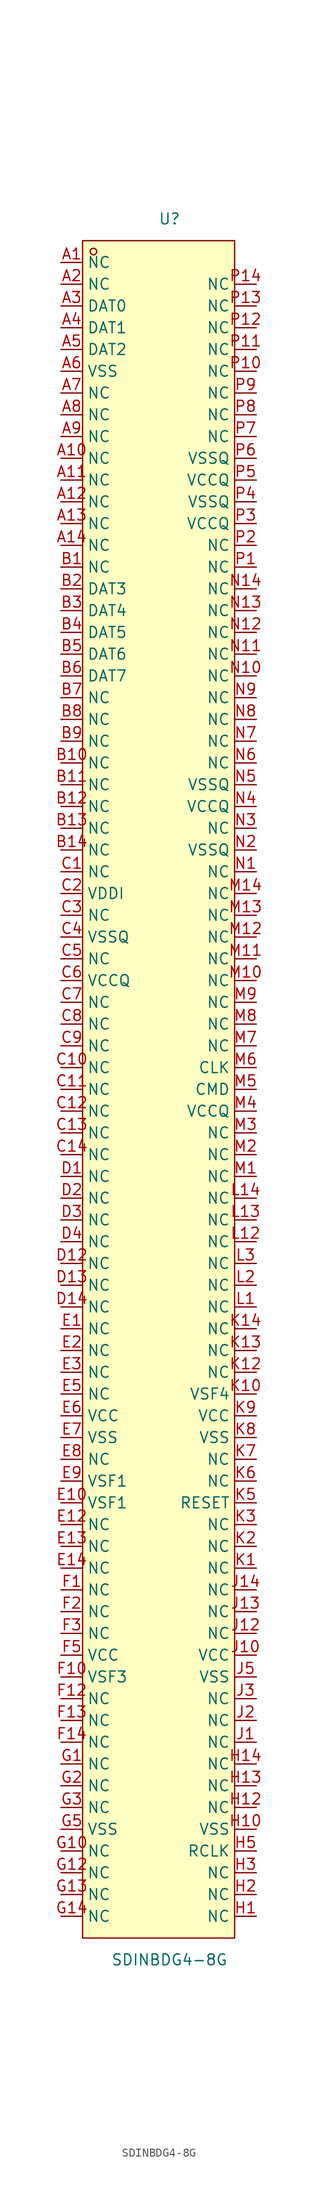
<source format=kicad_sym>
(kicad_symbol_lib
  (version 20241209)
  (generator "kicad_symbol_editor")
  (generator_version "9.0")
  (symbol "SDINBDG4-8G"
    (property "Reference" "U"
      (at 0 101.6 0)
      (effects (font (size 1.27 1.27))))
    (property "Value" "SDINBDG4-8G"
      (at 0 -101.6 0)
      (effects (font (size 1.27 1.27))))
    (symbol "SDINBDG4-8G_0_1"
      (rectangle (start -10.16 99.06) (end 7.62 -99.06) (stroke (width 0) (type default)) (fill (type background)))
      (circle (center -8.89 97.79) (radius 0.38) (stroke (width 0) (type default)) (fill (type none)))
      (pin unspecified line (at -12.7 96.52 0) (length 2.54) (name "NC" (effects (font (size 1.27 1.27)))) (number "A1" (effects (font (size 1.27 1.27)))))
      (pin unspecified line (at -12.7 93.98 0) (length 2.54) (name "NC" (effects (font (size 1.27 1.27)))) (number "A2" (effects (font (size 1.27 1.27)))))
      (pin unspecified line (at -12.7 91.44 0) (length 2.54) (name "DAT0" (effects (font (size 1.27 1.27)))) (number "A3" (effects (font (size 1.27 1.27)))))
      (pin unspecified line (at -12.7 88.9 0) (length 2.54) (name "DAT1" (effects (font (size 1.27 1.27)))) (number "A4" (effects (font (size 1.27 1.27)))))
      (pin unspecified line (at -12.7 86.36 0) (length 2.54) (name "DAT2" (effects (font (size 1.27 1.27)))) (number "A5" (effects (font (size 1.27 1.27)))))
      (pin unspecified line (at -12.7 83.82 0) (length 2.54) (name "VSS" (effects (font (size 1.27 1.27)))) (number "A6" (effects (font (size 1.27 1.27)))))
      (pin unspecified line (at -12.7 81.28 0) (length 2.54) (name "NC" (effects (font (size 1.27 1.27)))) (number "A7" (effects (font (size 1.27 1.27)))))
      (pin unspecified line (at -12.7 78.74 0) (length 2.54) (name "NC" (effects (font (size 1.27 1.27)))) (number "A8" (effects (font (size 1.27 1.27)))))
      (pin unspecified line (at -12.7 76.2 0) (length 2.54) (name "NC" (effects (font (size 1.27 1.27)))) (number "A9" (effects (font (size 1.27 1.27)))))
      (pin unspecified line (at -12.7 73.66 0) (length 2.54) (name "NC" (effects (font (size 1.27 1.27)))) (number "A10" (effects (font (size 1.27 1.27)))))
      (pin unspecified line (at -12.7 71.12 0) (length 2.54) (name "NC" (effects (font (size 1.27 1.27)))) (number "A11" (effects (font (size 1.27 1.27)))))
      (pin unspecified line (at -12.7 68.58 0) (length 2.54) (name "NC" (effects (font (size 1.27 1.27)))) (number "A12" (effects (font (size 1.27 1.27)))))
      (pin unspecified line (at -12.7 66.04 0) (length 2.54) (name "NC" (effects (font (size 1.27 1.27)))) (number "A13" (effects (font (size 1.27 1.27)))))
      (pin unspecified line (at -12.7 63.5 0) (length 2.54) (name "NC" (effects (font (size 1.27 1.27)))) (number "A14" (effects (font (size 1.27 1.27)))))
      (pin unspecified line (at -12.7 60.96 0) (length 2.54) (name "NC" (effects (font (size 1.27 1.27)))) (number "B1" (effects (font (size 1.27 1.27)))))
      (pin unspecified line (at -12.7 58.42 0) (length 2.54) (name "DAT3" (effects (font (size 1.27 1.27)))) (number "B2" (effects (font (size 1.27 1.27)))))
      (pin unspecified line (at -12.7 55.88 0) (length 2.54) (name "DAT4" (effects (font (size 1.27 1.27)))) (number "B3" (effects (font (size 1.27 1.27)))))
      (pin unspecified line (at -12.7 53.34 0) (length 2.54) (name "DAT5" (effects (font (size 1.27 1.27)))) (number "B4" (effects (font (size 1.27 1.27)))))
      (pin unspecified line (at -12.7 50.8 0) (length 2.54) (name "DAT6" (effects (font (size 1.27 1.27)))) (number "B5" (effects (font (size 1.27 1.27)))))
      (pin unspecified line (at -12.7 48.26 0) (length 2.54) (name "DAT7" (effects (font (size 1.27 1.27)))) (number "B6" (effects (font (size 1.27 1.27)))))
      (pin unspecified line (at -12.7 45.72 0) (length 2.54) (name "NC" (effects (font (size 1.27 1.27)))) (number "B7" (effects (font (size 1.27 1.27)))))
      (pin unspecified line (at -12.7 43.18 0) (length 2.54) (name "NC" (effects (font (size 1.27 1.27)))) (number "B8" (effects (font (size 1.27 1.27)))))
      (pin unspecified line (at -12.7 40.64 0) (length 2.54) (name "NC" (effects (font (size 1.27 1.27)))) (number "B9" (effects (font (size 1.27 1.27)))))
      (pin unspecified line (at -12.7 38.1 0) (length 2.54) (name "NC" (effects (font (size 1.27 1.27)))) (number "B10" (effects (font (size 1.27 1.27)))))
      (pin unspecified line (at -12.7 35.56 0) (length 2.54) (name "NC" (effects (font (size 1.27 1.27)))) (number "B11" (effects (font (size 1.27 1.27)))))
      (pin unspecified line (at -12.7 33.02 0) (length 2.54) (name "NC" (effects (font (size 1.27 1.27)))) (number "B12" (effects (font (size 1.27 1.27)))))
      (pin unspecified line (at -12.7 30.48 0) (length 2.54) (name "NC" (effects (font (size 1.27 1.27)))) (number "B13" (effects (font (size 1.27 1.27)))))
      (pin unspecified line (at -12.7 27.94 0) (length 2.54) (name "NC" (effects (font (size 1.27 1.27)))) (number "B14" (effects (font (size 1.27 1.27)))))
      (pin unspecified line (at -12.7 25.4 0) (length 2.54) (name "NC" (effects (font (size 1.27 1.27)))) (number "C1" (effects (font (size 1.27 1.27)))))
      (pin unspecified line (at -12.7 22.86 0) (length 2.54) (name "VDDI" (effects (font (size 1.27 1.27)))) (number "C2" (effects (font (size 1.27 1.27)))))
      (pin unspecified line (at -12.7 20.32 0) (length 2.54) (name "NC" (effects (font (size 1.27 1.27)))) (number "C3" (effects (font (size 1.27 1.27)))))
      (pin unspecified line (at -12.7 17.78 0) (length 2.54) (name "VSSQ" (effects (font (size 1.27 1.27)))) (number "C4" (effects (font (size 1.27 1.27)))))
      (pin unspecified line (at -12.7 15.24 0) (length 2.54) (name "NC" (effects (font (size 1.27 1.27)))) (number "C5" (effects (font (size 1.27 1.27)))))
      (pin unspecified line (at -12.7 12.7 0) (length 2.54) (name "VCCQ" (effects (font (size 1.27 1.27)))) (number "C6" (effects (font (size 1.27 1.27)))))
      (pin unspecified line (at -12.7 10.16 0) (length 2.54) (name "NC" (effects (font (size 1.27 1.27)))) (number "C7" (effects (font (size 1.27 1.27)))))
      (pin unspecified line (at -12.7 7.62 0) (length 2.54) (name "NC" (effects (font (size 1.27 1.27)))) (number "C8" (effects (font (size 1.27 1.27)))))
      (pin unspecified line (at -12.7 5.08 0) (length 2.54) (name "NC" (effects (font (size 1.27 1.27)))) (number "C9" (effects (font (size 1.27 1.27)))))
      (pin unspecified line (at -12.7 2.54 0) (length 2.54) (name "NC" (effects (font (size 1.27 1.27)))) (number "C10" (effects (font (size 1.27 1.27)))))
      (pin unspecified line (at -12.7 0 0) (length 2.54) (name "NC" (effects (font (size 1.27 1.27)))) (number "C11" (effects (font (size 1.27 1.27)))))
      (pin unspecified line (at -12.7 -2.54 0) (length 2.54) (name "NC" (effects (font (size 1.27 1.27)))) (number "C12" (effects (font (size 1.27 1.27)))))
      (pin unspecified line (at -12.7 -5.08 0) (length 2.54) (name "NC" (effects (font (size 1.27 1.27)))) (number "C13" (effects (font (size 1.27 1.27)))))
      (pin unspecified line (at -12.7 -7.62 0) (length 2.54) (name "NC" (effects (font (size 1.27 1.27)))) (number "C14" (effects (font (size 1.27 1.27)))))
      (pin unspecified line (at -12.7 -10.16 0) (length 2.54) (name "NC" (effects (font (size 1.27 1.27)))) (number "D1" (effects (font (size 1.27 1.27)))))
      (pin unspecified line (at -12.7 -12.7 0) (length 2.54) (name "NC" (effects (font (size 1.27 1.27)))) (number "D2" (effects (font (size 1.27 1.27)))))
      (pin unspecified line (at -12.7 -15.24 0) (length 2.54) (name "NC" (effects (font (size 1.27 1.27)))) (number "D3" (effects (font (size 1.27 1.27)))))
      (pin unspecified line (at -12.7 -17.78 0) (length 2.54) (name "NC" (effects (font (size 1.27 1.27)))) (number "D4" (effects (font (size 1.27 1.27)))))
      (pin unspecified line (at -12.7 -20.32 0) (length 2.54) (name "NC" (effects (font (size 1.27 1.27)))) (number "D12" (effects (font (size 1.27 1.27)))))
      (pin unspecified line (at -12.7 -22.86 0) (length 2.54) (name "NC" (effects (font (size 1.27 1.27)))) (number "D13" (effects (font (size 1.27 1.27)))))
      (pin unspecified line (at -12.7 -25.4 0) (length 2.54) (name "NC" (effects (font (size 1.27 1.27)))) (number "D14" (effects (font (size 1.27 1.27)))))
      (pin unspecified line (at -12.7 -27.94 0) (length 2.54) (name "NC" (effects (font (size 1.27 1.27)))) (number "E1" (effects (font (size 1.27 1.27)))))
      (pin unspecified line (at -12.7 -30.48 0) (length 2.54) (name "NC" (effects (font (size 1.27 1.27)))) (number "E2" (effects (font (size 1.27 1.27)))))
      (pin unspecified line (at -12.7 -33.02 0) (length 2.54) (name "NC" (effects (font (size 1.27 1.27)))) (number "E3" (effects (font (size 1.27 1.27)))))
      (pin unspecified line (at -12.7 -35.56 0) (length 2.54) (name "NC" (effects (font (size 1.27 1.27)))) (number "E5" (effects (font (size 1.27 1.27)))))
      (pin unspecified line (at -12.7 -38.1 0) (length 2.54) (name "VCC" (effects (font (size 1.27 1.27)))) (number "E6" (effects (font (size 1.27 1.27)))))
      (pin unspecified line (at -12.7 -40.64 0) (length 2.54) (name "VSS" (effects (font (size 1.27 1.27)))) (number "E7" (effects (font (size 1.27 1.27)))))
      (pin unspecified line (at -12.7 -43.18 0) (length 2.54) (name "NC" (effects (font (size 1.27 1.27)))) (number "E8" (effects (font (size 1.27 1.27)))))
      (pin unspecified line (at -12.7 -45.72 0) (length 2.54) (name "VSF1" (effects (font (size 1.27 1.27)))) (number "E9" (effects (font (size 1.27 1.27)))))
      (pin unspecified line (at -12.7 -48.26 0) (length 2.54) (name "VSF1" (effects (font (size 1.27 1.27)))) (number "E10" (effects (font (size 1.27 1.27)))))
      (pin unspecified line (at -12.7 -50.8 0) (length 2.54) (name "NC" (effects (font (size 1.27 1.27)))) (number "E12" (effects (font (size 1.27 1.27)))))
      (pin unspecified line (at -12.7 -53.34 0) (length 2.54) (name "NC" (effects (font (size 1.27 1.27)))) (number "E13" (effects (font (size 1.27 1.27)))))
      (pin unspecified line (at -12.7 -55.88 0) (length 2.54) (name "NC" (effects (font (size 1.27 1.27)))) (number "E14" (effects (font (size 1.27 1.27)))))
      (pin unspecified line (at -12.7 -58.42 0) (length 2.54) (name "NC" (effects (font (size 1.27 1.27)))) (number "F1" (effects (font (size 1.27 1.27)))))
      (pin unspecified line (at -12.7 -60.96 0) (length 2.54) (name "NC" (effects (font (size 1.27 1.27)))) (number "F2" (effects (font (size 1.27 1.27)))))
      (pin unspecified line (at -12.7 -63.5 0) (length 2.54) (name "NC" (effects (font (size 1.27 1.27)))) (number "F3" (effects (font (size 1.27 1.27)))))
      (pin unspecified line (at -12.7 -66.04 0) (length 2.54) (name "VCC" (effects (font (size 1.27 1.27)))) (number "F5" (effects (font (size 1.27 1.27)))))
      (pin unspecified line (at -12.7 -68.58 0) (length 2.54) (name "VSF3" (effects (font (size 1.27 1.27)))) (number "F10" (effects (font (size 1.27 1.27)))))
      (pin unspecified line (at -12.7 -71.12 0) (length 2.54) (name "NC" (effects (font (size 1.27 1.27)))) (number "F12" (effects (font (size 1.27 1.27)))))
      (pin unspecified line (at -12.7 -73.66 0) (length 2.54) (name "NC" (effects (font (size 1.27 1.27)))) (number "F13" (effects (font (size 1.27 1.27)))))
      (pin unspecified line (at -12.7 -76.2 0) (length 2.54) (name "NC" (effects (font (size 1.27 1.27)))) (number "F14" (effects (font (size 1.27 1.27)))))
      (pin unspecified line (at -12.7 -78.74 0) (length 2.54) (name "NC" (effects (font (size 1.27 1.27)))) (number "G1" (effects (font (size 1.27 1.27)))))
      (pin unspecified line (at -12.7 -81.28 0) (length 2.54) (name "NC" (effects (font (size 1.27 1.27)))) (number "G2" (effects (font (size 1.27 1.27)))))
      (pin unspecified line (at -12.7 -83.82 0) (length 2.54) (name "NC" (effects (font (size 1.27 1.27)))) (number "G3" (effects (font (size 1.27 1.27)))))
      (pin unspecified line (at -12.7 -86.36 0) (length 2.54) (name "VSS" (effects (font (size 1.27 1.27)))) (number "G5" (effects (font (size 1.27 1.27)))))
      (pin unspecified line (at -12.7 -88.9 0) (length 2.54) (name "NC" (effects (font (size 1.27 1.27)))) (number "G10" (effects (font (size 1.27 1.27)))))
      (pin unspecified line (at -12.7 -91.44 0) (length 2.54) (name "NC" (effects (font (size 1.27 1.27)))) (number "G12" (effects (font (size 1.27 1.27)))))
      (pin unspecified line (at -12.7 -93.98 0) (length 2.54) (name "NC" (effects (font (size 1.27 1.27)))) (number "G13" (effects (font (size 1.27 1.27)))))
      (pin unspecified line (at -12.7 -96.52 0) (length 2.54) (name "NC" (effects (font (size 1.27 1.27)))) (number "G14" (effects (font (size 1.27 1.27)))))
      (pin unspecified line (at 10.16 93.98 180) (length 2.54) (name "NC" (effects (font (size 1.27 1.27)))) (number "P14" (effects (font (size 1.27 1.27)))))
      (pin unspecified line (at 10.16 91.44 180) (length 2.54) (name "NC" (effects (font (size 1.27 1.27)))) (number "P13" (effects (font (size 1.27 1.27)))))
      (pin unspecified line (at 10.16 88.9 180) (length 2.54) (name "NC" (effects (font (size 1.27 1.27)))) (number "P12" (effects (font (size 1.27 1.27)))))
      (pin unspecified line (at 10.16 86.36 180) (length 2.54) (name "NC" (effects (font (size 1.27 1.27)))) (number "P11" (effects (font (size 1.27 1.27)))))
      (pin unspecified line (at 10.16 83.82 180) (length 2.54) (name "NC" (effects (font (size 1.27 1.27)))) (number "P10" (effects (font (size 1.27 1.27)))))
      (pin unspecified line (at 10.16 81.28 180) (length 2.54) (name "NC" (effects (font (size 1.27 1.27)))) (number "P9" (effects (font (size 1.27 1.27)))))
      (pin unspecified line (at 10.16 78.74 180) (length 2.54) (name "NC" (effects (font (size 1.27 1.27)))) (number "P8" (effects (font (size 1.27 1.27)))))
      (pin unspecified line (at 10.16 76.2 180) (length 2.54) (name "NC" (effects (font (size 1.27 1.27)))) (number "P7" (effects (font (size 1.27 1.27)))))
      (pin unspecified line (at 10.16 73.66 180) (length 2.54) (name "VSSQ" (effects (font (size 1.27 1.27)))) (number "P6" (effects (font (size 1.27 1.27)))))
      (pin unspecified line (at 10.16 71.12 180) (length 2.54) (name "VCCQ" (effects (font (size 1.27 1.27)))) (number "P5" (effects (font (size 1.27 1.27)))))
      (pin unspecified line (at 10.16 68.58 180) (length 2.54) (name "VSSQ" (effects (font (size 1.27 1.27)))) (number "P4" (effects (font (size 1.27 1.27)))))
      (pin unspecified line (at 10.16 66.04 180) (length 2.54) (name "VCCQ" (effects (font (size 1.27 1.27)))) (number "P3" (effects (font (size 1.27 1.27)))))
      (pin unspecified line (at 10.16 63.5 180) (length 2.54) (name "NC" (effects (font (size 1.27 1.27)))) (number "P2" (effects (font (size 1.27 1.27)))))
      (pin unspecified line (at 10.16 60.96 180) (length 2.54) (name "NC" (effects (font (size 1.27 1.27)))) (number "P1" (effects (font (size 1.27 1.27)))))
      (pin unspecified line (at 10.16 58.42 180) (length 2.54) (name "NC" (effects (font (size 1.27 1.27)))) (number "N14" (effects (font (size 1.27 1.27)))))
      (pin unspecified line (at 10.16 55.88 180) (length 2.54) (name "NC" (effects (font (size 1.27 1.27)))) (number "N13" (effects (font (size 1.27 1.27)))))
      (pin unspecified line (at 10.16 53.34 180) (length 2.54) (name "NC" (effects (font (size 1.27 1.27)))) (number "N12" (effects (font (size 1.27 1.27)))))
      (pin unspecified line (at 10.16 50.8 180) (length 2.54) (name "NC" (effects (font (size 1.27 1.27)))) (number "N11" (effects (font (size 1.27 1.27)))))
      (pin unspecified line (at 10.16 48.26 180) (length 2.54) (name "NC" (effects (font (size 1.27 1.27)))) (number "N10" (effects (font (size 1.27 1.27)))))
      (pin unspecified line (at 10.16 45.72 180) (length 2.54) (name "NC" (effects (font (size 1.27 1.27)))) (number "N9" (effects (font (size 1.27 1.27)))))
      (pin unspecified line (at 10.16 43.18 180) (length 2.54) (name "NC" (effects (font (size 1.27 1.27)))) (number "N8" (effects (font (size 1.27 1.27)))))
      (pin unspecified line (at 10.16 40.64 180) (length 2.54) (name "NC" (effects (font (size 1.27 1.27)))) (number "N7" (effects (font (size 1.27 1.27)))))
      (pin unspecified line (at 10.16 38.1 180) (length 2.54) (name "NC" (effects (font (size 1.27 1.27)))) (number "N6" (effects (font (size 1.27 1.27)))))
      (pin unspecified line (at 10.16 35.56 180) (length 2.54) (name "VSSQ" (effects (font (size 1.27 1.27)))) (number "N5" (effects (font (size 1.27 1.27)))))
      (pin unspecified line (at 10.16 33.02 180) (length 2.54) (name "VCCQ" (effects (font (size 1.27 1.27)))) (number "N4" (effects (font (size 1.27 1.27)))))
      (pin unspecified line (at 10.16 30.48 180) (length 2.54) (name "NC" (effects (font (size 1.27 1.27)))) (number "N3" (effects (font (size 1.27 1.27)))))
      (pin unspecified line (at 10.16 27.94 180) (length 2.54) (name "VSSQ" (effects (font (size 1.27 1.27)))) (number "N2" (effects (font (size 1.27 1.27)))))
      (pin unspecified line (at 10.16 25.4 180) (length 2.54) (name "NC" (effects (font (size 1.27 1.27)))) (number "N1" (effects (font (size 1.27 1.27)))))
      (pin unspecified line (at 10.16 22.86 180) (length 2.54) (name "NC" (effects (font (size 1.27 1.27)))) (number "M14" (effects (font (size 1.27 1.27)))))
      (pin unspecified line (at 10.16 20.32 180) (length 2.54) (name "NC" (effects (font (size 1.27 1.27)))) (number "M13" (effects (font (size 1.27 1.27)))))
      (pin unspecified line (at 10.16 17.78 180) (length 2.54) (name "NC" (effects (font (size 1.27 1.27)))) (number "M12" (effects (font (size 1.27 1.27)))))
      (pin unspecified line (at 10.16 15.24 180) (length 2.54) (name "NC" (effects (font (size 1.27 1.27)))) (number "M11" (effects (font (size 1.27 1.27)))))
      (pin unspecified line (at 10.16 12.7 180) (length 2.54) (name "NC" (effects (font (size 1.27 1.27)))) (number "M10" (effects (font (size 1.27 1.27)))))
      (pin unspecified line (at 10.16 10.16 180) (length 2.54) (name "NC" (effects (font (size 1.27 1.27)))) (number "M9" (effects (font (size 1.27 1.27)))))
      (pin unspecified line (at 10.16 7.62 180) (length 2.54) (name "NC" (effects (font (size 1.27 1.27)))) (number "M8" (effects (font (size 1.27 1.27)))))
      (pin unspecified line (at 10.16 5.08 180) (length 2.54) (name "NC" (effects (font (size 1.27 1.27)))) (number "M7" (effects (font (size 1.27 1.27)))))
      (pin unspecified line (at 10.16 2.54 180) (length 2.54) (name "CLK" (effects (font (size 1.27 1.27)))) (number "M6" (effects (font (size 1.27 1.27)))))
      (pin unspecified line (at 10.16 0 180) (length 2.54) (name "CMD" (effects (font (size 1.27 1.27)))) (number "M5" (effects (font (size 1.27 1.27)))))
      (pin unspecified line (at 10.16 -2.54 180) (length 2.54) (name "VCCQ" (effects (font (size 1.27 1.27)))) (number "M4" (effects (font (size 1.27 1.27)))))
      (pin unspecified line (at 10.16 -5.08 180) (length 2.54) (name "NC" (effects (font (size 1.27 1.27)))) (number "M3" (effects (font (size 1.27 1.27)))))
      (pin unspecified line (at 10.16 -7.62 180) (length 2.54) (name "NC" (effects (font (size 1.27 1.27)))) (number "M2" (effects (font (size 1.27 1.27)))))
      (pin unspecified line (at 10.16 -10.16 180) (length 2.54) (name "NC" (effects (font (size 1.27 1.27)))) (number "M1" (effects (font (size 1.27 1.27)))))
      (pin unspecified line (at 10.16 -12.7 180) (length 2.54) (name "NC" (effects (font (size 1.27 1.27)))) (number "L14" (effects (font (size 1.27 1.27)))))
      (pin unspecified line (at 10.16 -15.24 180) (length 2.54) (name "NC" (effects (font (size 1.27 1.27)))) (number "L13" (effects (font (size 1.27 1.27)))))
      (pin unspecified line (at 10.16 -17.78 180) (length 2.54) (name "NC" (effects (font (size 1.27 1.27)))) (number "L12" (effects (font (size 1.27 1.27)))))
      (pin unspecified line (at 10.16 -20.32 180) (length 2.54) (name "NC" (effects (font (size 1.27 1.27)))) (number "L3" (effects (font (size 1.27 1.27)))))
      (pin unspecified line (at 10.16 -22.86 180) (length 2.54) (name "NC" (effects (font (size 1.27 1.27)))) (number "L2" (effects (font (size 1.27 1.27)))))
      (pin unspecified line (at 10.16 -25.4 180) (length 2.54) (name "NC" (effects (font (size 1.27 1.27)))) (number "L1" (effects (font (size 1.27 1.27)))))
      (pin unspecified line (at 10.16 -27.94 180) (length 2.54) (name "NC" (effects (font (size 1.27 1.27)))) (number "K14" (effects (font (size 1.27 1.27)))))
      (pin unspecified line (at 10.16 -30.48 180) (length 2.54) (name "NC" (effects (font (size 1.27 1.27)))) (number "K13" (effects (font (size 1.27 1.27)))))
      (pin unspecified line (at 10.16 -33.02 180) (length 2.54) (name "NC" (effects (font (size 1.27 1.27)))) (number "K12" (effects (font (size 1.27 1.27)))))
      (pin unspecified line (at 10.16 -35.56 180) (length 2.54) (name "VSF4" (effects (font (size 1.27 1.27)))) (number "K10" (effects (font (size 1.27 1.27)))))
      (pin unspecified line (at 10.16 -38.1 180) (length 2.54) (name "VCC" (effects (font (size 1.27 1.27)))) (number "K9" (effects (font (size 1.27 1.27)))))
      (pin unspecified line (at 10.16 -40.64 180) (length 2.54) (name "VSS" (effects (font (size 1.27 1.27)))) (number "K8" (effects (font (size 1.27 1.27)))))
      (pin unspecified line (at 10.16 -43.18 180) (length 2.54) (name "NC" (effects (font (size 1.27 1.27)))) (number "K7" (effects (font (size 1.27 1.27)))))
      (pin unspecified line (at 10.16 -45.72 180) (length 2.54) (name "NC" (effects (font (size 1.27 1.27)))) (number "K6" (effects (font (size 1.27 1.27)))))
      (pin unspecified line (at 10.16 -48.26 180) (length 2.54) (name "RESET" (effects (font (size 1.27 1.27)))) (number "K5" (effects (font (size 1.27 1.27)))))
      (pin unspecified line (at 10.16 -50.8 180) (length 2.54) (name "NC" (effects (font (size 1.27 1.27)))) (number "K3" (effects (font (size 1.27 1.27)))))
      (pin unspecified line (at 10.16 -53.34 180) (length 2.54) (name "NC" (effects (font (size 1.27 1.27)))) (number "K2" (effects (font (size 1.27 1.27)))))
      (pin unspecified line (at 10.16 -55.88 180) (length 2.54) (name "NC" (effects (font (size 1.27 1.27)))) (number "K1" (effects (font (size 1.27 1.27)))))
      (pin unspecified line (at 10.16 -58.42 180) (length 2.54) (name "NC" (effects (font (size 1.27 1.27)))) (number "J14" (effects (font (size 1.27 1.27)))))
      (pin unspecified line (at 10.16 -60.96 180) (length 2.54) (name "NC" (effects (font (size 1.27 1.27)))) (number "J13" (effects (font (size 1.27 1.27)))))
      (pin unspecified line (at 10.16 -63.5 180) (length 2.54) (name "NC" (effects (font (size 1.27 1.27)))) (number "J12" (effects (font (size 1.27 1.27)))))
      (pin unspecified line (at 10.16 -66.04 180) (length 2.54) (name "VCC" (effects (font (size 1.27 1.27)))) (number "J10" (effects (font (size 1.27 1.27)))))
      (pin unspecified line (at 10.16 -68.58 180) (length 2.54) (name "VSS" (effects (font (size 1.27 1.27)))) (number "J5" (effects (font (size 1.27 1.27)))))
      (pin unspecified line (at 10.16 -71.12 180) (length 2.54) (name "NC" (effects (font (size 1.27 1.27)))) (number "J3" (effects (font (size 1.27 1.27)))))
      (pin unspecified line (at 10.16 -73.66 180) (length 2.54) (name "NC" (effects (font (size 1.27 1.27)))) (number "J2" (effects (font (size 1.27 1.27)))))
      (pin unspecified line (at 10.16 -76.2 180) (length 2.54) (name "NC" (effects (font (size 1.27 1.27)))) (number "J1" (effects (font (size 1.27 1.27)))))
      (pin unspecified line (at 10.16 -78.74 180) (length 2.54) (name "NC" (effects (font (size 1.27 1.27)))) (number "H14" (effects (font (size 1.27 1.27)))))
      (pin unspecified line (at 10.16 -81.28 180) (length 2.54) (name "NC" (effects (font (size 1.27 1.27)))) (number "H13" (effects (font (size 1.27 1.27)))))
      (pin unspecified line (at 10.16 -83.82 180) (length 2.54) (name "NC" (effects (font (size 1.27 1.27)))) (number "H12" (effects (font (size 1.27 1.27)))))
      (pin unspecified line (at 10.16 -86.36 180) (length 2.54) (name "VSS" (effects (font (size 1.27 1.27)))) (number "H10" (effects (font (size 1.27 1.27)))))
      (pin unspecified line (at 10.16 -88.9 180) (length 2.54) (name "RCLK" (effects (font (size 1.27 1.27)))) (number "H5" (effects (font (size 1.27 1.27)))))
      (pin unspecified line (at 10.16 -91.44 180) (length 2.54) (name "NC" (effects (font (size 1.27 1.27)))) (number "H3" (effects (font (size 1.27 1.27)))))
      (pin unspecified line (at 10.16 -93.98 180) (length 2.54) (name "NC" (effects (font (size 1.27 1.27)))) (number "H2" (effects (font (size 1.27 1.27)))))
      (pin unspecified line (at 10.16 -96.52 180) (length 2.54) (name "NC" (effects (font (size 1.27 1.27)))) (number "H1" (effects (font (size 1.27 1.27))))))))
</source>
